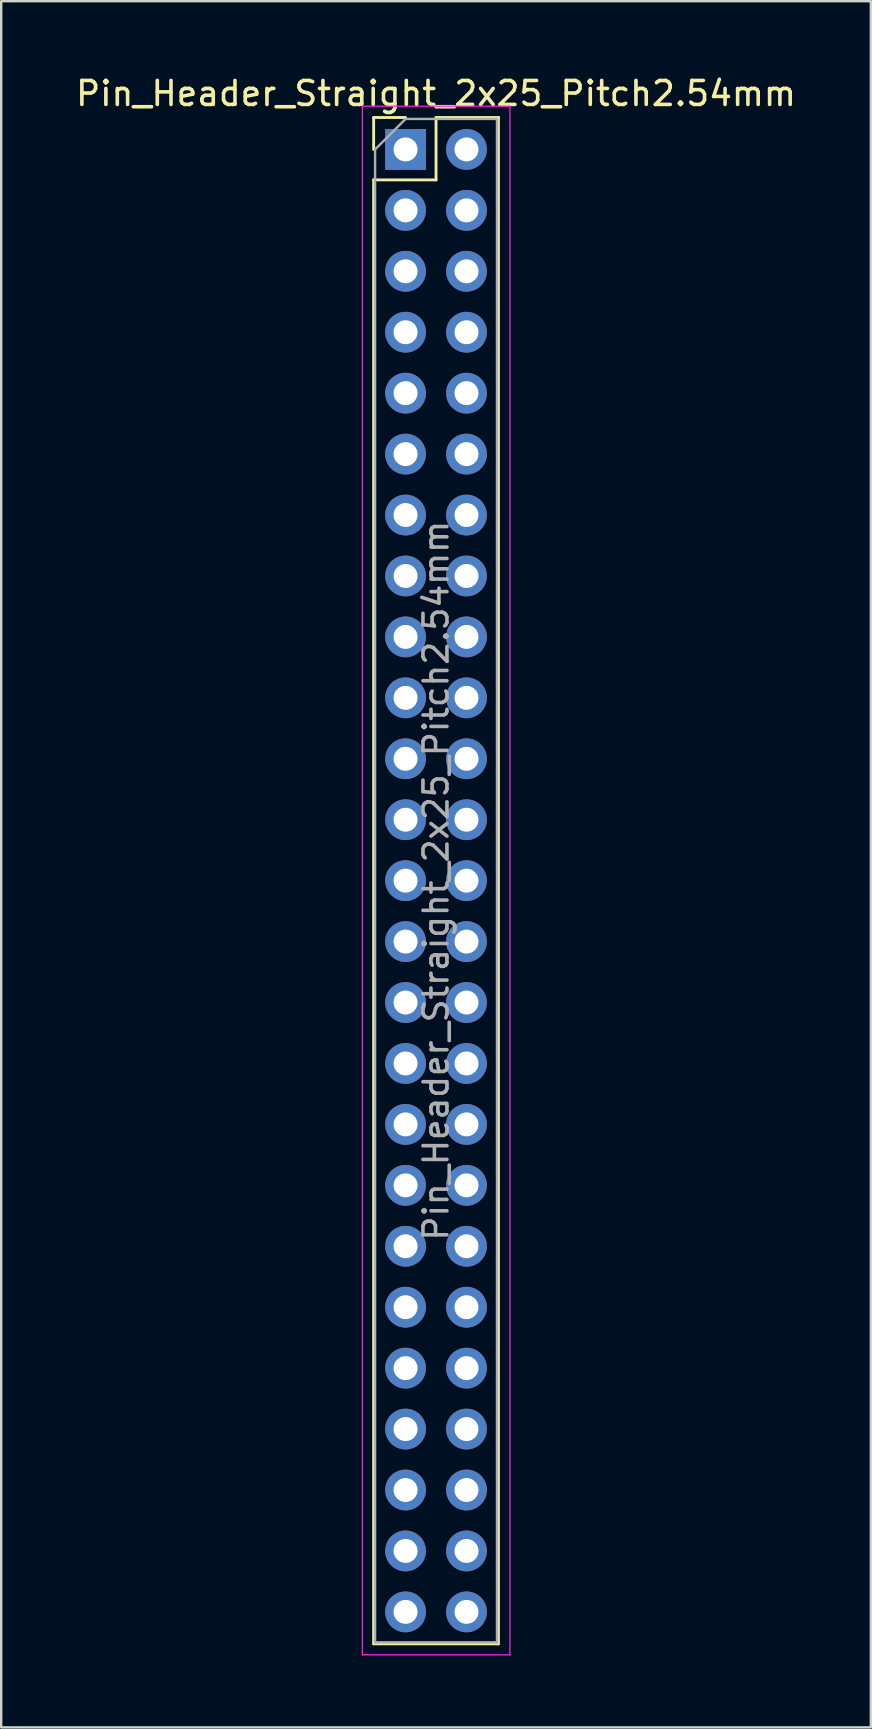
<source format=kicad_pcb>
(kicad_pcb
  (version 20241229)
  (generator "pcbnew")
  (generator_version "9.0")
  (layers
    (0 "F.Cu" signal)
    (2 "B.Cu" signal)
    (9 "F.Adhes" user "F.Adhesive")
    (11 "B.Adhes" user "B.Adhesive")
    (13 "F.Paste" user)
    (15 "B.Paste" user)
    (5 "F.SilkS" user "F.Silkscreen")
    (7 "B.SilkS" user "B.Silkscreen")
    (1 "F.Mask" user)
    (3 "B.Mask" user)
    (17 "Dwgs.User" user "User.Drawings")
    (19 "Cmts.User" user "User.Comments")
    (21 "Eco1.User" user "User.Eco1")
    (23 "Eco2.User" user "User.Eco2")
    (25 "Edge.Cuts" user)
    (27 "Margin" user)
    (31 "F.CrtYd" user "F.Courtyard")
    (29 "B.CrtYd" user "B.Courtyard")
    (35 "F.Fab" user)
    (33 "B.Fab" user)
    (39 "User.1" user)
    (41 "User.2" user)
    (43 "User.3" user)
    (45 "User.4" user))
  (footprint "Pin_Header_Straight_2x25_Pitch2.54mm"
    (layer "F.Cu")
    (at 13.855 3.178)
    (property "Reference" "Pin_Header_Straight_2x25_Pitch2.54mm" (at 1.27 -2.33 0) (layer "F.SilkS") (effects (font (size 1 1) (thickness 0.15))))
    (attr through_hole)
    (fp_line (start -1.33 -1.33) (end 0 -1.33) (stroke (width 0.12) (type solid)) (layer "F.SilkS"))
    (fp_line (start -1.33 0) (end -1.33 -1.33) (stroke (width 0.12) (type solid)) (layer "F.SilkS"))
    (fp_line (start -1.33 1.27) (end -1.33 62.29) (stroke (width 0.12) (type solid)) (layer "F.SilkS"))
    (fp_line (start -1.33 62.29) (end 3.87 62.29) (stroke (width 0.12) (type solid)) (layer "F.SilkS"))
    (fp_line (start 1.27 -1.33) (end 1.27 1.27) (stroke (width 0.12) (type solid)) (layer "F.SilkS"))
    (fp_line (start 1.27 1.27) (end -1.33 1.27) (stroke (width 0.12) (type solid)) (layer "F.SilkS"))
    (fp_line (start 3.87 -1.33) (end 1.27 -1.33) (stroke (width 0.12) (type solid)) (layer "F.SilkS"))
    (fp_line (start 3.87 62.29) (end 3.87 -1.33) (stroke (width 0.12) (type solid)) (layer "F.SilkS"))
    (fp_line (start -1.8 -1.8) (end -1.8 62.75) (stroke (width 0.05) (type solid)) (layer "F.CrtYd"))
    (fp_line (start -1.8 62.75) (end 4.35 62.75) (stroke (width 0.05) (type solid)) (layer "F.CrtYd"))
    (fp_line (start 4.35 -1.8) (end -1.8 -1.8) (stroke (width 0.05) (type solid)) (layer "F.CrtYd"))
    (fp_line (start 4.35 62.75) (end 4.35 -1.8) (stroke (width 0.05) (type solid)) (layer "F.CrtYd"))
    (fp_line (start -1.27 0) (end 0 -1.27) (stroke (width 0.1) (type solid)) (layer "F.Fab"))
    (fp_line (start -1.27 62.23) (end -1.27 0) (stroke (width 0.1) (type solid)) (layer "F.Fab"))
    (fp_line (start 0 -1.27) (end 3.81 -1.27) (stroke (width 0.1) (type solid)) (layer "F.Fab"))
    (fp_line (start 3.81 -1.27) (end 3.81 62.23) (stroke (width 0.1) (type solid)) (layer "F.Fab"))
    (fp_line (start 3.81 62.23) (end -1.27 62.23) (stroke (width 0.1) (type solid)) (layer "F.Fab"))
    (fp_text user "${REFERENCE}" (at 1.27 30.48 90) (layer "F.Fab") (effects (font (size 1 1) (thickness 0.15))))
    (pad "1" thru_hole rect (at 0 0) (size 1.7 1.7) (drill 1) (layers "*.Cu" "*.Mask"))
    (pad "2" thru_hole oval (at 2.54 0) (size 1.7 1.7) (drill 1) (layers "*.Cu" "*.Mask"))
    (pad "3" thru_hole oval (at 0 2.54) (size 1.7 1.7) (drill 1) (layers "*.Cu" "*.Mask"))
    (pad "4" thru_hole oval (at 2.54 2.54) (size 1.7 1.7) (drill 1) (layers "*.Cu" "*.Mask"))
    (pad "5" thru_hole oval (at 0 5.08) (size 1.7 1.7) (drill 1) (layers "*.Cu" "*.Mask"))
    (pad "6" thru_hole oval (at 2.54 5.08) (size 1.7 1.7) (drill 1) (layers "*.Cu" "*.Mask"))
    (pad "7" thru_hole oval (at 0 7.62) (size 1.7 1.7) (drill 1) (layers "*.Cu" "*.Mask"))
    (pad "8" thru_hole oval (at 2.54 7.62) (size 1.7 1.7) (drill 1) (layers "*.Cu" "*.Mask"))
    (pad "9" thru_hole oval (at 0 10.16) (size 1.7 1.7) (drill 1) (layers "*.Cu" "*.Mask"))
    (pad "10" thru_hole oval (at 2.54 10.16) (size 1.7 1.7) (drill 1) (layers "*.Cu" "*.Mask"))
    (pad "11" thru_hole oval (at 0 12.7) (size 1.7 1.7) (drill 1) (layers "*.Cu" "*.Mask"))
    (pad "12" thru_hole oval (at 2.54 12.7) (size 1.7 1.7) (drill 1) (layers "*.Cu" "*.Mask"))
    (pad "13" thru_hole oval (at 0 15.24) (size 1.7 1.7) (drill 1) (layers "*.Cu" "*.Mask"))
    (pad "14" thru_hole oval (at 2.54 15.24) (size 1.7 1.7) (drill 1) (layers "*.Cu" "*.Mask"))
    (pad "15" thru_hole oval (at 0 17.78) (size 1.7 1.7) (drill 1) (layers "*.Cu" "*.Mask"))
    (pad "16" thru_hole oval (at 2.54 17.78) (size 1.7 1.7) (drill 1) (layers "*.Cu" "*.Mask"))
    (pad "17" thru_hole oval (at 0 20.32) (size 1.7 1.7) (drill 1) (layers "*.Cu" "*.Mask"))
    (pad "18" thru_hole oval (at 2.54 20.32) (size 1.7 1.7) (drill 1) (layers "*.Cu" "*.Mask"))
    (pad "19" thru_hole oval (at 0 22.86) (size 1.7 1.7) (drill 1) (layers "*.Cu" "*.Mask"))
    (pad "20" thru_hole oval (at 2.54 22.86) (size 1.7 1.7) (drill 1) (layers "*.Cu" "*.Mask"))
    (pad "21" thru_hole oval (at 0 25.4) (size 1.7 1.7) (drill 1) (layers "*.Cu" "*.Mask"))
    (pad "22" thru_hole oval (at 2.54 25.4) (size 1.7 1.7) (drill 1) (layers "*.Cu" "*.Mask"))
    (pad "23" thru_hole oval (at 0 27.94) (size 1.7 1.7) (drill 1) (layers "*.Cu" "*.Mask"))
    (pad "24" thru_hole oval (at 2.54 27.94) (size 1.7 1.7) (drill 1) (layers "*.Cu" "*.Mask"))
    (pad "25" thru_hole oval (at 0 30.48) (size 1.7 1.7) (drill 1) (layers "*.Cu" "*.Mask"))
    (pad "26" thru_hole oval (at 2.54 30.48) (size 1.7 1.7) (drill 1) (layers "*.Cu" "*.Mask"))
    (pad "27" thru_hole oval (at 0 33.02) (size 1.7 1.7) (drill 1) (layers "*.Cu" "*.Mask"))
    (pad "28" thru_hole oval (at 2.54 33.02) (size 1.7 1.7) (drill 1) (layers "*.Cu" "*.Mask"))
    (pad "29" thru_hole oval (at 0 35.56) (size 1.7 1.7) (drill 1) (layers "*.Cu" "*.Mask"))
    (pad "30" thru_hole oval (at 2.54 35.56) (size 1.7 1.7) (drill 1) (layers "*.Cu" "*.Mask"))
    (pad "31" thru_hole oval (at 0 38.1) (size 1.7 1.7) (drill 1) (layers "*.Cu" "*.Mask"))
    (pad "32" thru_hole oval (at 2.54 38.1) (size 1.7 1.7) (drill 1) (layers "*.Cu" "*.Mask"))
    (pad "33" thru_hole oval (at 0 40.64) (size 1.7 1.7) (drill 1) (layers "*.Cu" "*.Mask"))
    (pad "34" thru_hole oval (at 2.54 40.64) (size 1.7 1.7) (drill 1) (layers "*.Cu" "*.Mask"))
    (pad "35" thru_hole oval (at 0 43.18) (size 1.7 1.7) (drill 1) (layers "*.Cu" "*.Mask"))
    (pad "36" thru_hole oval (at 2.54 43.18) (size 1.7 1.7) (drill 1) (layers "*.Cu" "*.Mask"))
    (pad "37" thru_hole oval (at 0 45.72) (size 1.7 1.7) (drill 1) (layers "*.Cu" "*.Mask"))
    (pad "38" thru_hole oval (at 2.54 45.72) (size 1.7 1.7) (drill 1) (layers "*.Cu" "*.Mask"))
    (pad "39" thru_hole oval (at 0 48.26) (size 1.7 1.7) (drill 1) (layers "*.Cu" "*.Mask"))
    (pad "40" thru_hole oval (at 2.54 48.26) (size 1.7 1.7) (drill 1) (layers "*.Cu" "*.Mask"))
    (pad "41" thru_hole oval (at 0 50.8) (size 1.7 1.7) (drill 1) (layers "*.Cu" "*.Mask"))
    (pad "42" thru_hole oval (at 2.54 50.8) (size 1.7 1.7) (drill 1) (layers "*.Cu" "*.Mask"))
    (pad "43" thru_hole oval (at 0 53.34) (size 1.7 1.7) (drill 1) (layers "*.Cu" "*.Mask"))
    (pad "44" thru_hole oval (at 2.54 53.34) (size 1.7 1.7) (drill 1) (layers "*.Cu" "*.Mask"))
    (pad "45" thru_hole oval (at 0 55.88) (size 1.7 1.7) (drill 1) (layers "*.Cu" "*.Mask"))
    (pad "46" thru_hole oval (at 2.54 55.88) (size 1.7 1.7) (drill 1) (layers "*.Cu" "*.Mask"))
    (pad "47" thru_hole oval (at 0 58.42) (size 1.7 1.7) (drill 1) (layers "*.Cu" "*.Mask"))
    (pad "48" thru_hole oval (at 2.54 58.42) (size 1.7 1.7) (drill 1) (layers "*.Cu" "*.Mask"))
    (pad "49" thru_hole oval (at 0 60.96) (size 1.7 1.7) (drill 1) (layers "*.Cu" "*.Mask"))
    (pad "50" thru_hole oval (at 2.54 60.96) (size 1.7 1.7) (drill 1) (layers "*.Cu" "*.Mask")))
  (gr_rect
    (start -3 -3)
    (end 33.25 68.953)
    (stroke (width 0.1) (type default))
    (fill no)
    (layer "Edge.Cuts")))
</source>
